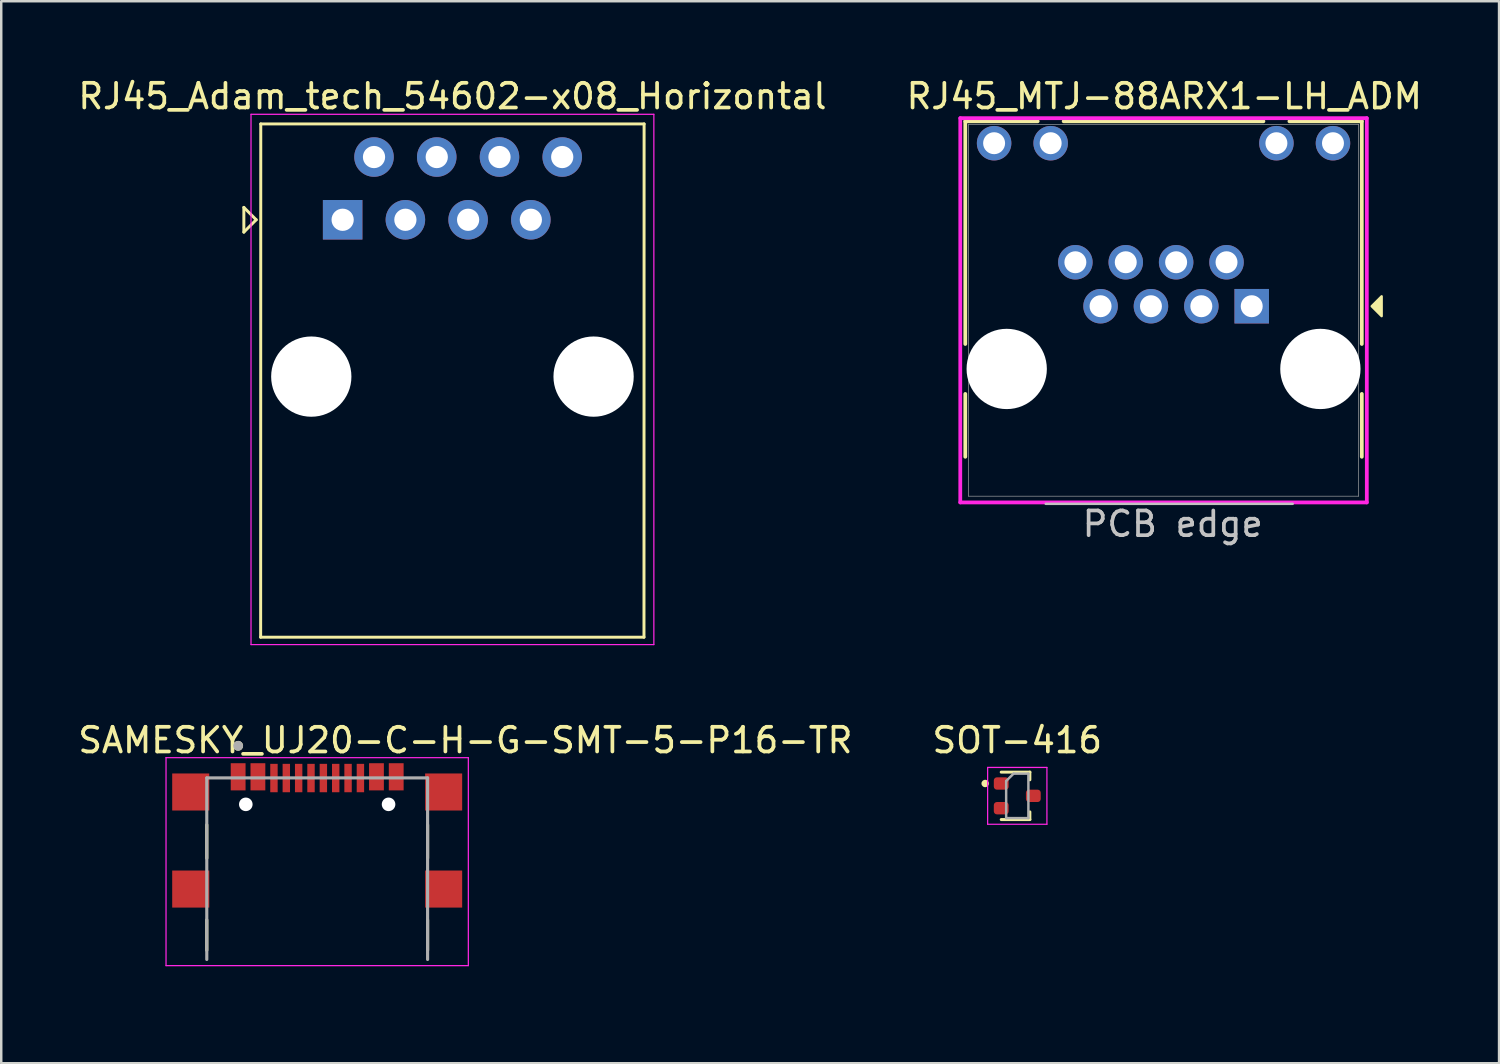
<source format=kicad_pcb>
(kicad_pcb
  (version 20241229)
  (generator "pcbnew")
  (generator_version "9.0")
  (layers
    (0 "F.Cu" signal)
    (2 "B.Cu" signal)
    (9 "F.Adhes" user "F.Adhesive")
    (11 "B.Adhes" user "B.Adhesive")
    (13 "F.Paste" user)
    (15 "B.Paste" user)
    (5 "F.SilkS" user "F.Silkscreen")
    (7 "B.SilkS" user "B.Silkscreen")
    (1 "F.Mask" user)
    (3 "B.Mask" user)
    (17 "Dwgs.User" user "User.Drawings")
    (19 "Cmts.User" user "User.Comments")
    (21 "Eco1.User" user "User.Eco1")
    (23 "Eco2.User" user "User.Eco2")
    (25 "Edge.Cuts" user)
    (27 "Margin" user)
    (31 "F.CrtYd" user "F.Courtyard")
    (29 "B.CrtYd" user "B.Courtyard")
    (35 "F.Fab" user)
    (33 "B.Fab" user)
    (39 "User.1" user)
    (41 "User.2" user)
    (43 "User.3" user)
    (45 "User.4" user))
  (footprint "RJ45_Adam_tech_54602-x08_Horizontal"
    (layer "F.Cu")
    (at 10.823 5.848)
    (property "Reference" "RJ45_Adam_tech_54602-x08_Horizontal" (at 4.445 -5 0) (layer "F.SilkS") (effects (font (size 1 1) (thickness 0.15))))
    (attr through_hole)
    (fp_line (start -4 -0.5) (end -4 0.5) (stroke (width 0.12) (type solid)) (layer "F.SilkS"))
    (fp_line (start -4 0.5) (end -3.5 0) (stroke (width 0.12) (type solid)) (layer "F.SilkS"))
    (fp_line (start -3.5 0) (end -4 -0.5) (stroke (width 0.12) (type solid)) (layer "F.SilkS"))
    (fp_line (start -3.32 16.9) (end 12.2 16.9) (stroke (width 0.12) (type solid)) (layer "F.SilkS"))
    (fp_line (start -3.315 -3.88) (end -3.32 16.9) (stroke (width 0.12) (type solid)) (layer "F.SilkS"))
    (fp_line (start 12.205 -3.88) (end -3.315 -3.88) (stroke (width 0.12) (type solid)) (layer "F.SilkS"))
    (fp_line (start 12.205 -3.88) (end 12.2 16.9) (stroke (width 0.12) (type solid)) (layer "F.SilkS"))
    (fp_line (start -3.71 -4.27) (end -3.71 17.2) (stroke (width 0.05) (type solid)) (layer "F.CrtYd"))
    (fp_line (start -3.71 -4.27) (end 12.6 -4.27) (stroke (width 0.05) (type solid)) (layer "F.CrtYd"))
    (fp_line (start 12.6 17.2) (end -3.71 17.2) (stroke (width 0.05) (type solid)) (layer "F.CrtYd"))
    (fp_line (start 12.6 17.2) (end 12.6 -4.27) (stroke (width 0.05) (type solid)) (layer "F.CrtYd"))
    (pad "" np_thru_hole circle (at -1.27 6.35) (size 3.25 3.25) (drill 3.25) (layers "*.Cu" "*.Mask"))
    (pad "" np_thru_hole circle (at 10.16 6.35) (size 3.25 3.25) (drill 3.25) (layers "*.Cu" "*.Mask"))
    (pad "1" thru_hole rect (at 0 0) (size 1.6 1.6) (drill 0.9) (layers "*.Cu" "*.Mask"))
    (pad "2" thru_hole circle (at 1.27 -2.54) (size 1.6 1.6) (drill 0.9) (layers "*.Cu" "*.Mask"))
    (pad "3" thru_hole circle (at 2.54 0) (size 1.6 1.6) (drill 0.9) (layers "*.Cu" "*.Mask"))
    (pad "4" thru_hole circle (at 3.81 -2.54) (size 1.6 1.6) (drill 0.9) (layers "*.Cu" "*.Mask"))
    (pad "5" thru_hole circle (at 5.08 0) (size 1.6 1.6) (drill 0.9) (layers "*.Cu" "*.Mask"))
    (pad "6" thru_hole circle (at 6.35 -2.54) (size 1.6 1.6) (drill 0.9) (layers "*.Cu" "*.Mask"))
    (pad "7" thru_hole circle (at 7.62 0) (size 1.6 1.6) (drill 0.9) (layers "*.Cu" "*.Mask"))
    (pad "8" thru_hole circle (at 8.89 -2.54) (size 1.6 1.6) (drill 0.9) (layers "*.Cu" "*.Mask")))
  (footprint "RJ45_MTJ-88ARX1-LH_ADM"
    (layer "F.Cu")
    (at 40.489 9.348)
    (property "Reference" "RJ45_MTJ-88ARX1-LH_ADM" (at 3.6 -8.5 0) (unlocked yes) (layer "F.SilkS") (effects (font (size 1 1) (thickness 0.15))))
    (attr through_hole)
    (fp_line (start -4.457 -7.487) (end -4.457 1.529) (stroke (width 0.152) (type solid)) (layer "F.SilkS"))
    (fp_line (start -4.457 3.551) (end -4.457 6.096) (stroke (width 0.152) (type solid)) (layer "F.SilkS"))
    (fp_line (start -1.526 -7.487) (end -4.457 -7.487) (stroke (width 0.152) (type solid)) (layer "F.SilkS"))
    (fp_line (start 7.614 -7.487) (end -0.474 -7.487) (stroke (width 0.152) (type solid)) (layer "F.SilkS"))
    (fp_line (start 11.597 -7.487) (end 8.666 -7.487) (stroke (width 0.152) (type solid)) (layer "F.SilkS"))
    (fp_line (start 11.597 1.529) (end 11.597 -7.487) (stroke (width 0.152) (type solid)) (layer "F.SilkS"))
    (fp_line (start 11.597 6.096) (end 11.597 3.551) (stroke (width 0.152) (type solid)) (layer "F.SilkS"))
    (fp_poly (pts (xy 12.4 -0.4) (xy 12 0) (xy 12.4 0.4)) (stroke (width 0.1) (type solid)) (fill yes) (layer "F.SilkS"))
    (fp_line (start -1.2 8) (end 8.8 8) (stroke (width 0.1) (type default)) (layer "Dwgs.User"))
    (fp_line (start -4.66 -7.614) (end -4.66 7.944) (stroke (width 0.152) (type solid)) (layer "F.CrtYd"))
    (fp_line (start -4.66 7.944) (end 11.8 7.944) (stroke (width 0.152) (type solid)) (layer "F.CrtYd"))
    (fp_line (start 11.8 -7.614) (end -4.66 -7.614) (stroke (width 0.152) (type solid)) (layer "F.CrtYd"))
    (fp_line (start 11.8 7.944) (end 11.8 -7.614) (stroke (width 0.152) (type solid)) (layer "F.CrtYd"))
    (fp_line (start -4.33 -7.36) (end -4.33 7.69) (stroke (width 0.025) (type solid)) (layer "F.Fab"))
    (fp_line (start -4.33 7.69) (end 11.47 7.69) (stroke (width 0.025) (type solid)) (layer "F.Fab"))
    (fp_line (start 11.47 -7.36) (end -4.33 -7.36) (stroke (width 0.025) (type solid)) (layer "F.Fab"))
    (fp_line (start 11.47 7.69) (end 11.47 -7.36) (stroke (width 0.025) (type solid)) (layer "F.Fab"))
    (fp_text user "PCB edge" (at 0.2 9.4 0) (unlocked yes) (layer "Dwgs.User") (effects (font (size 1 1) (thickness 0.15)) (justify left bottom)))
    (pad "" np_thru_hole circle (at -2.78 2.54) (size 3.251 3.251) (drill 3.251) (layers "*.Cu" "*.Mask"))
    (pad "" np_thru_hole circle (at 9.92 2.54) (size 3.251 3.251) (drill 3.251) (layers "*.Cu" "*.Mask"))
    (pad "1" thru_hole rect (at 7.14 0) (size 1.397 1.397) (drill 0.889) (layers "*.Cu" "*.Mask"))
    (pad "2" thru_hole circle (at 6.12 -1.78) (size 1.397 1.397) (drill 0.889) (layers "*.Cu" "*.Mask"))
    (pad "3" thru_hole circle (at 5.1 0) (size 1.397 1.397) (drill 0.889) (layers "*.Cu" "*.Mask"))
    (pad "4" thru_hole circle (at 4.08 -1.78) (size 1.397 1.397) (drill 0.889) (layers "*.Cu" "*.Mask"))
    (pad "5" thru_hole circle (at 3.06 0) (size 1.397 1.397) (drill 0.889) (layers "*.Cu" "*.Mask"))
    (pad "6" thru_hole circle (at 2.04 -1.78) (size 1.397 1.397) (drill 0.889) (layers "*.Cu" "*.Mask"))
    (pad "7" thru_hole circle (at 1.02 0) (size 1.397 1.397) (drill 0.889) (layers "*.Cu" "*.Mask"))
    (pad "8" thru_hole circle (at 0 -1.78) (size 1.397 1.397) (drill 0.889) (layers "*.Cu" "*.Mask"))
    (pad "9" thru_hole circle (at 10.43 -6.6) (size 1.397 1.397) (drill 0.889) (layers "*.Cu" "*.Mask"))
    (pad "10" thru_hole circle (at 8.14 -6.6) (size 1.397 1.397) (drill 0.889) (layers "*.Cu" "*.Mask"))
    (pad "11" thru_hole circle (at -1 -6.6) (size 1.397 1.397) (drill 0.889) (layers "*.Cu" "*.Mask"))
    (pad "12" thru_hole circle (at -3.29 -6.6) (size 1.397 1.397) (drill 0.889) (layers "*.Cu" "*.Mask")))
  (footprint "SOT-416"
    (layer "F.Cu")
    (at 38.137 29.172)
    (property "Reference" "SOT-416" (at 0 -2.25 0) (layer "F.SilkS") (effects (font (size 1 1) (thickness 0.15))))
    (attr smd)
    (fp_line (start 0.51 -0.96) (end -0.65 -0.96) (stroke (width 0.12) (type solid)) (layer "F.SilkS"))
    (fp_line (start 0.51 -0.96) (end 0.51 -0.65) (stroke (width 0.12) (type solid)) (layer "F.SilkS"))
    (fp_line (start 0.51 0.96) (end -0.65 0.96) (stroke (width 0.12) (type solid)) (layer "F.SilkS"))
    (fp_line (start 0.51 0.96) (end 0.51 0.65) (stroke (width 0.12) (type solid)) (layer "F.SilkS"))
    (fp_circle (center -1.3 -0.5) (end -1.15 -0.5) (stroke (width 0) (type solid)) (fill yes) (layer "F.SilkS"))
    (fp_line (start -1.2 -1.15) (end 1.2 -1.15) (stroke (width 0.05) (type solid)) (layer "F.CrtYd"))
    (fp_line (start -1.2 1.15) (end -1.2 -1.15) (stroke (width 0.05) (type solid)) (layer "F.CrtYd"))
    (fp_line (start 1.2 -1.15) (end 1.2 1.15) (stroke (width 0.05) (type solid)) (layer "F.CrtYd"))
    (fp_line (start 1.2 1.15) (end -1.2 1.15) (stroke (width 0.05) (type solid)) (layer "F.CrtYd"))
    (fp_line (start -0.45 -0.6) (end -0.45 0.9) (stroke (width 0.1) (type solid)) (layer "F.Fab"))
    (fp_line (start -0.45 0.9) (end 0.45 0.9) (stroke (width 0.1) (type solid)) (layer "F.Fab"))
    (fp_line (start -0.15 -0.9) (end -0.45 -0.6) (stroke (width 0.1) (type solid)) (layer "F.Fab"))
    (fp_line (start -0.15 -0.9) (end 0.45 -0.9) (stroke (width 0.1) (type solid)) (layer "F.Fab"))
    (fp_line (start 0.45 -0.9) (end 0.45 0.9) (stroke (width 0.1) (type solid)) (layer "F.Fab"))
    (pad "1" smd roundrect (at -0.65 -0.5) (size 0.6 0.5) (layers "F.Cu" "F.Mask" "F.Paste") (roundrect_rratio 0.25))
    (pad "2" smd roundrect (at -0.65 0.5) (size 0.6 0.5) (layers "F.Cu" "F.Mask" "F.Paste") (roundrect_rratio 0.25))
    (pad "3" smd roundrect (at 0.65 0) (size 0.6 0.5) (layers "F.Cu" "F.Mask" "F.Paste") (roundrect_rratio 0.25)))
  (footprint "SAMESKY_UJ20-C-H-G-SMT-5-P16-TR"
    (layer "F.Cu")
    (at 9.792 32.121)
    (property "Reference" "SAMESKY_UJ20-C-H-G-SMT-5-P16-TR" (at 6 -5.2 0) (layer "F.SilkS") (effects (font (size 1 1) (thickness 0.15))))
    (attr smd)
    (fp_line (start -4.47 -1.775) (end -4.47 -0.425) (stroke (width 0.127) (type solid)) (layer "F.SilkS"))
    (fp_line (start -4.47 2.075) (end -4.47 3.302) (stroke (width 0.127) (type solid)) (layer "F.SilkS"))
    (fp_line (start 4.47 -1.775) (end 4.47 -0.425) (stroke (width 0.127) (type solid)) (layer "F.SilkS"))
    (fp_line (start 4.47 2.075) (end 4.47 3.302) (stroke (width 0.127) (type solid)) (layer "F.SilkS"))
    (fp_circle (center -3.2 -4.975) (end -3.1 -4.975) (stroke (width 0.2) (type solid)) (fill no) (layer "F.SilkS"))
    (fp_line (start -6.12 -4.495) (end -6.12 3.925) (stroke (width 0.05) (type solid)) (layer "F.CrtYd"))
    (fp_line (start -6.12 3.925) (end 6.12 3.925) (stroke (width 0.05) (type solid)) (layer "F.CrtYd"))
    (fp_line (start 6.12 -4.495) (end -6.12 -4.495) (stroke (width 0.05) (type solid)) (layer "F.CrtYd"))
    (fp_line (start 6.12 3.925) (end 6.12 -4.495) (stroke (width 0.05) (type solid)) (layer "F.CrtYd"))
    (fp_line (start -4.47 -3.675) (end -4.47 3.675) (stroke (width 0.127) (type solid)) (layer "F.Fab"))
    (fp_line (start 4.47 -3.675) (end -4.47 -3.675) (stroke (width 0.127) (type solid)) (layer "F.Fab"))
    (fp_line (start 4.47 3.675) (end 4.47 -3.675) (stroke (width 0.127) (type solid)) (layer "F.Fab"))
    (fp_circle (center -3.2 -4.975) (end -3.1 -4.975) (stroke (width 0.2) (type solid)) (fill no) (layer "F.Fab"))
    (fp_line (start -4.47 3.675) (end 4.47 3.675) (stroke (width 0.127) (type solid)) (layer "User.1"))
    (fp_text user "PCB EDGE" (at 0.2 4.2 0) (layer "User.1") (effects (font (size 0.709 0.709) (thickness 0.15))))
    (pad "" np_thru_hole circle (at -2.89 -2.605) (size 0.55 0.55) (drill 0.55) (layers "*.Cu" "*.Mask"))
    (pad "" np_thru_hole circle (at 2.89 -2.605) (size 0.55 0.55) (drill 0.55) (layers "*.Cu" "*.Mask"))
    (pad "A1_B12" smd rect (at -3.2 -3.72) (size 0.6 1.1) (layers "F.Cu" "F.Mask" "F.Paste"))
    (pad "A4_B9" smd rect (at -2.4 -3.72) (size 0.6 1.1) (layers "F.Cu" "F.Mask" "F.Paste"))
    (pad "A5" smd rect (at -1.25 -3.67) (size 0.3 1.15) (layers "F.Cu" "F.Mask" "F.Paste"))
    (pad "A6" smd rect (at -0.25 -3.67) (size 0.3 1.15) (layers "F.Cu" "F.Mask" "F.Paste"))
    (pad "A7" smd rect (at 0.25 -3.67) (size 0.3 1.15) (layers "F.Cu" "F.Mask" "F.Paste"))
    (pad "A8" smd rect (at 1.25 -3.67) (size 0.3 1.15) (layers "F.Cu" "F.Mask" "F.Paste"))
    (pad "A12_B1" smd rect (at 3.2 -3.72) (size 0.6 1.1) (layers "F.Cu" "F.Mask" "F.Paste"))
    (pad "B4_A9" smd rect (at 2.4 -3.72) (size 0.6 1.1) (layers "F.Cu" "F.Mask" "F.Paste"))
    (pad "B5" smd rect (at 1.75 -3.67) (size 0.3 1.15) (layers "F.Cu" "F.Mask" "F.Paste"))
    (pad "B6" smd rect (at 0.75 -3.67) (size 0.3 1.15) (layers "F.Cu" "F.Mask" "F.Paste"))
    (pad "B7" smd rect (at -0.75 -3.67) (size 0.3 1.15) (layers "F.Cu" "F.Mask" "F.Paste"))
    (pad "B8" smd rect (at -1.75 -3.67) (size 0.3 1.15) (layers "F.Cu" "F.Mask" "F.Paste"))
    (pad "SH1" smd rect (at -5.12 -3.105) (size 1.5 1.5) (layers "F.Cu" "F.Mask" "F.Paste"))
    (pad "SH2" smd rect (at 5.12 -3.105) (size 1.5 1.5) (layers "F.Cu" "F.Mask" "F.Paste"))
    (pad "SH3" smd rect (at -5.12 0.825) (size 1.5 1.5) (layers "F.Cu" "F.Mask" "F.Paste"))
    (pad "SH4" smd rect (at 5.12 0.825) (size 1.5 1.5) (layers "F.Cu" "F.Mask" "F.Paste")))
  (gr_rect
    (start -3 -3)
    (end 57.643 39.999)
    (stroke (width 0.1) (type default))
    (fill no)
    (layer "Edge.Cuts")))
</source>
